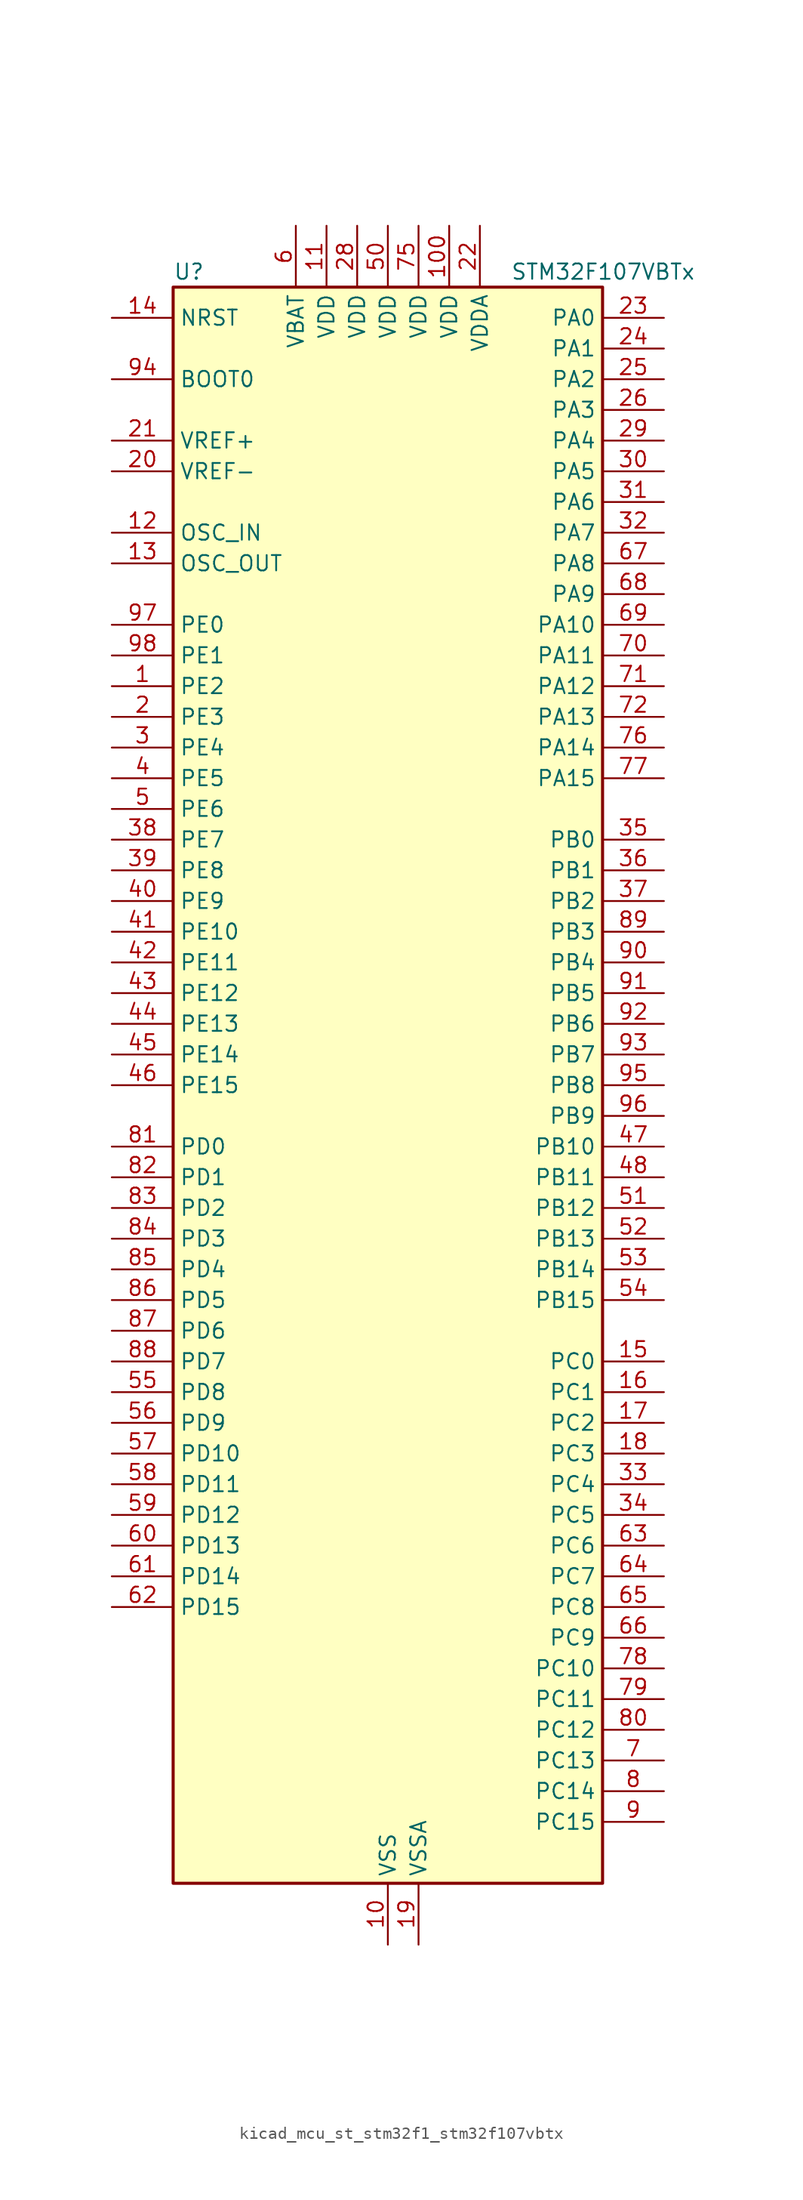
<source format=kicad_sym>
(kicad_symbol_lib
  (version 20220914)
  (generator kicad_symbol_editor)
  (symbol "kicad_mcu_st_stm32f1_stm32f107vbtx"
    (property "Reference" "U"
      (at -17.78 67.31 0)
      (effects (font (size 1.27 1.27)) (justify left)))
    (property "Value" "STM32F107VBTx"
      (at 10.16 67.31 0)
      (effects (font (size 1.27 1.27)) (justify left)))
    (property "ki_locked" ""
      (at 0 0 0)
      (effects (font (size 1.27 1.27))))
    (symbol "kicad_mcu_st_stm32f1_stm32f107vbtx_0_1"
      (rectangle (start -17.78 -66.04) (end 17.78 66.04) (stroke (width 0.254) (type default)) (fill (type background))))
    (symbol "kicad_mcu_st_stm32f1_stm32f107vbtx_1_1"
      (pin bidirectional line (at -22.86 33.02 0) (length 5.08) (name "PE2" (effects (font (size 1.27 1.27)))) (number "1" (effects (font (size 1.27 1.27)))) (alternate "SYS_TRACECLK" bidirectional line))
      (pin power_in line (at 0 -71.12 90) (length 5.08) (name "VSS" (effects (font (size 1.27 1.27)))) (number "10" (effects (font (size 1.27 1.27)))))
      (pin power_in line (at 5.08 71.12 270) (length 5.08) (name "VDD" (effects (font (size 1.27 1.27)))) (number "100" (effects (font (size 1.27 1.27)))))
      (pin power_in line (at -5.08 71.12 270) (length 5.08) (name "VDD" (effects (font (size 1.27 1.27)))) (number "11" (effects (font (size 1.27 1.27)))))
      (pin input line (at -22.86 45.72 0) (length 5.08) (name "OSC_IN" (effects (font (size 1.27 1.27)))) (number "12" (effects (font (size 1.27 1.27)))) (alternate "RCC_OSC_IN" bidirectional line))
      (pin input line (at -22.86 43.18 0) (length 5.08) (name "OSC_OUT" (effects (font (size 1.27 1.27)))) (number "13" (effects (font (size 1.27 1.27)))) (alternate "RCC_OSC_OUT" bidirectional line))
      (pin input line (at -22.86 63.5 0) (length 5.08) (name "NRST" (effects (font (size 1.27 1.27)))) (number "14" (effects (font (size 1.27 1.27)))))
      (pin bidirectional line (at 22.86 -22.86 180) (length 5.08) (name "PC0" (effects (font (size 1.27 1.27)))) (number "15" (effects (font (size 1.27 1.27)))) (alternate "ADC1_IN10" bidirectional line) (alternate "ADC2_IN10" bidirectional line))
      (pin bidirectional line (at 22.86 -25.4 180) (length 5.08) (name "PC1" (effects (font (size 1.27 1.27)))) (number "16" (effects (font (size 1.27 1.27)))) (alternate "ADC1_IN11" bidirectional line) (alternate "ADC2_IN11" bidirectional line) (alternate "ETH_MDC" bidirectional line))
      (pin bidirectional line (at 22.86 -27.94 180) (length 5.08) (name "PC2" (effects (font (size 1.27 1.27)))) (number "17" (effects (font (size 1.27 1.27)))) (alternate "ADC1_IN12" bidirectional line) (alternate "ADC2_IN12" bidirectional line) (alternate "ETH_TXD2" bidirectional line))
      (pin bidirectional line (at 22.86 -30.48 180) (length 5.08) (name "PC3" (effects (font (size 1.27 1.27)))) (number "18" (effects (font (size 1.27 1.27)))) (alternate "ADC1_IN13" bidirectional line) (alternate "ADC2_IN13" bidirectional line) (alternate "ETH_TX_CLK" bidirectional line))
      (pin power_in line (at 2.54 -71.12 90) (length 5.08) (name "VSSA" (effects (font (size 1.27 1.27)))) (number "19" (effects (font (size 1.27 1.27)))))
      (pin bidirectional line (at -22.86 30.48 0) (length 5.08) (name "PE3" (effects (font (size 1.27 1.27)))) (number "2" (effects (font (size 1.27 1.27)))) (alternate "SYS_TRACED0" bidirectional line))
      (pin input line (at -22.86 50.8 0) (length 5.08) (name "VREF-" (effects (font (size 1.27 1.27)))) (number "20" (effects (font (size 1.27 1.27)))))
      (pin input line (at -22.86 53.34 0) (length 5.08) (name "VREF+" (effects (font (size 1.27 1.27)))) (number "21" (effects (font (size 1.27 1.27)))))
      (pin power_in line (at 7.62 71.12 270) (length 5.08) (name "VDDA" (effects (font (size 1.27 1.27)))) (number "22" (effects (font (size 1.27 1.27)))))
      (pin bidirectional line (at 22.86 63.5 180) (length 5.08) (name "PA0" (effects (font (size 1.27 1.27)))) (number "23" (effects (font (size 1.27 1.27)))) (alternate "ADC1_IN0" bidirectional line) (alternate "ADC2_IN0" bidirectional line) (alternate "ETH_CRS" bidirectional line) (alternate "SYS_WKUP" bidirectional line) (alternate "TIM2_CH1" bidirectional line) (alternate "TIM2_ETR" bidirectional line) (alternate "TIM5_CH1" bidirectional line) (alternate "USART2_CTS" bidirectional line))
      (pin bidirectional line (at 22.86 60.96 180) (length 5.08) (name "PA1" (effects (font (size 1.27 1.27)))) (number "24" (effects (font (size 1.27 1.27)))) (alternate "ADC1_IN1" bidirectional line) (alternate "ADC2_IN1" bidirectional line) (alternate "ETH_REF_CLK" bidirectional line) (alternate "ETH_RX_CLK" bidirectional line) (alternate "TIM2_CH2" bidirectional line) (alternate "TIM5_CH2" bidirectional line) (alternate "USART2_RTS" bidirectional line))
      (pin bidirectional line (at 22.86 58.42 180) (length 5.08) (name "PA2" (effects (font (size 1.27 1.27)))) (number "25" (effects (font (size 1.27 1.27)))) (alternate "ADC1_IN2" bidirectional line) (alternate "ADC2_IN2" bidirectional line) (alternate "ETH_MDIO" bidirectional line) (alternate "TIM2_CH3" bidirectional line) (alternate "TIM5_CH3" bidirectional line) (alternate "USART2_TX" bidirectional line))
      (pin bidirectional line (at 22.86 55.88 180) (length 5.08) (name "PA3" (effects (font (size 1.27 1.27)))) (number "26" (effects (font (size 1.27 1.27)))) (alternate "ADC1_IN3" bidirectional line) (alternate "ADC2_IN3" bidirectional line) (alternate "ETH_COL" bidirectional line) (alternate "TIM2_CH4" bidirectional line) (alternate "TIM5_CH4" bidirectional line) (alternate "USART2_RX" bidirectional line))
      (pin passive line (at 0 -71.12 90) (length 5.08) hide (name "VSS" (effects (font (size 1.27 1.27)))) (number "27" (effects (font (size 1.27 1.27)))))
      (pin power_in line (at -2.54 71.12 270) (length 5.08) (name "VDD" (effects (font (size 1.27 1.27)))) (number "28" (effects (font (size 1.27 1.27)))))
      (pin bidirectional line (at 22.86 53.34 180) (length 5.08) (name "PA4" (effects (font (size 1.27 1.27)))) (number "29" (effects (font (size 1.27 1.27)))) (alternate "ADC1_IN4" bidirectional line) (alternate "ADC2_IN4" bidirectional line) (alternate "DAC_OUT1" bidirectional line) (alternate "I2S3_WS" bidirectional line) (alternate "SPI1_NSS" bidirectional line) (alternate "SPI3_NSS" bidirectional line) (alternate "USART2_CK" bidirectional line))
      (pin bidirectional line (at -22.86 27.94 0) (length 5.08) (name "PE4" (effects (font (size 1.27 1.27)))) (number "3" (effects (font (size 1.27 1.27)))) (alternate "SYS_TRACED1" bidirectional line))
      (pin bidirectional line (at 22.86 50.8 180) (length 5.08) (name "PA5" (effects (font (size 1.27 1.27)))) (number "30" (effects (font (size 1.27 1.27)))) (alternate "ADC1_IN5" bidirectional line) (alternate "ADC2_IN5" bidirectional line) (alternate "DAC_OUT2" bidirectional line) (alternate "SPI1_SCK" bidirectional line))
      (pin bidirectional line (at 22.86 48.26 180) (length 5.08) (name "PA6" (effects (font (size 1.27 1.27)))) (number "31" (effects (font (size 1.27 1.27)))) (alternate "ADC1_IN6" bidirectional line) (alternate "ADC2_IN6" bidirectional line) (alternate "SPI1_MISO" bidirectional line) (alternate "TIM1_BKIN" bidirectional line) (alternate "TIM3_CH1" bidirectional line))
      (pin bidirectional line (at 22.86 45.72 180) (length 5.08) (name "PA7" (effects (font (size 1.27 1.27)))) (number "32" (effects (font (size 1.27 1.27)))) (alternate "ADC1_IN7" bidirectional line) (alternate "ADC2_IN7" bidirectional line) (alternate "ETH_CRS_DV" bidirectional line) (alternate "ETH_RX_DV" bidirectional line) (alternate "SPI1_MOSI" bidirectional line) (alternate "TIM1_CH1N" bidirectional line) (alternate "TIM3_CH2" bidirectional line))
      (pin bidirectional line (at 22.86 -33.02 180) (length 5.08) (name "PC4" (effects (font (size 1.27 1.27)))) (number "33" (effects (font (size 1.27 1.27)))) (alternate "ADC1_IN14" bidirectional line) (alternate "ADC2_IN14" bidirectional line) (alternate "ETH_RXD0" bidirectional line))
      (pin bidirectional line (at 22.86 -35.56 180) (length 5.08) (name "PC5" (effects (font (size 1.27 1.27)))) (number "34" (effects (font (size 1.27 1.27)))) (alternate "ADC1_IN15" bidirectional line) (alternate "ADC2_IN15" bidirectional line) (alternate "ETH_RXD1" bidirectional line))
      (pin bidirectional line (at 22.86 20.32 180) (length 5.08) (name "PB0" (effects (font (size 1.27 1.27)))) (number "35" (effects (font (size 1.27 1.27)))) (alternate "ADC1_IN8" bidirectional line) (alternate "ADC2_IN8" bidirectional line) (alternate "ETH_RXD2" bidirectional line) (alternate "TIM1_CH2N" bidirectional line) (alternate "TIM3_CH3" bidirectional line))
      (pin bidirectional line (at 22.86 17.78 180) (length 5.08) (name "PB1" (effects (font (size 1.27 1.27)))) (number "36" (effects (font (size 1.27 1.27)))) (alternate "ADC1_IN9" bidirectional line) (alternate "ADC2_IN9" bidirectional line) (alternate "ETH_RXD3" bidirectional line) (alternate "TIM1_CH3N" bidirectional line) (alternate "TIM3_CH4" bidirectional line))
      (pin bidirectional line (at 22.86 15.24 180) (length 5.08) (name "PB2" (effects (font (size 1.27 1.27)))) (number "37" (effects (font (size 1.27 1.27)))))
      (pin bidirectional line (at -22.86 20.32 0) (length 5.08) (name "PE7" (effects (font (size 1.27 1.27)))) (number "38" (effects (font (size 1.27 1.27)))) (alternate "TIM1_ETR" bidirectional line))
      (pin bidirectional line (at -22.86 17.78 0) (length 5.08) (name "PE8" (effects (font (size 1.27 1.27)))) (number "39" (effects (font (size 1.27 1.27)))) (alternate "TIM1_CH1N" bidirectional line))
      (pin bidirectional line (at -22.86 25.4 0) (length 5.08) (name "PE5" (effects (font (size 1.27 1.27)))) (number "4" (effects (font (size 1.27 1.27)))) (alternate "SYS_TRACED2" bidirectional line))
      (pin bidirectional line (at -22.86 15.24 0) (length 5.08) (name "PE9" (effects (font (size 1.27 1.27)))) (number "40" (effects (font (size 1.27 1.27)))) (alternate "DAC_EXTI9" bidirectional line) (alternate "TIM1_CH1" bidirectional line))
      (pin bidirectional line (at -22.86 12.7 0) (length 5.08) (name "PE10" (effects (font (size 1.27 1.27)))) (number "41" (effects (font (size 1.27 1.27)))) (alternate "TIM1_CH2N" bidirectional line))
      (pin bidirectional line (at -22.86 10.16 0) (length 5.08) (name "PE11" (effects (font (size 1.27 1.27)))) (number "42" (effects (font (size 1.27 1.27)))) (alternate "ADC1_EXTI11" bidirectional line) (alternate "ADC2_EXTI11" bidirectional line) (alternate "TIM1_CH2" bidirectional line))
      (pin bidirectional line (at -22.86 7.62 0) (length 5.08) (name "PE12" (effects (font (size 1.27 1.27)))) (number "43" (effects (font (size 1.27 1.27)))) (alternate "TIM1_CH3N" bidirectional line))
      (pin bidirectional line (at -22.86 5.08 0) (length 5.08) (name "PE13" (effects (font (size 1.27 1.27)))) (number "44" (effects (font (size 1.27 1.27)))) (alternate "TIM1_CH3" bidirectional line))
      (pin bidirectional line (at -22.86 2.54 0) (length 5.08) (name "PE14" (effects (font (size 1.27 1.27)))) (number "45" (effects (font (size 1.27 1.27)))) (alternate "TIM1_CH4" bidirectional line))
      (pin bidirectional line (at -22.86 0 0) (length 5.08) (name "PE15" (effects (font (size 1.27 1.27)))) (number "46" (effects (font (size 1.27 1.27)))) (alternate "ADC1_EXTI15" bidirectional line) (alternate "ADC2_EXTI15" bidirectional line) (alternate "TIM1_BKIN" bidirectional line))
      (pin bidirectional line (at 22.86 -5.08 180) (length 5.08) (name "PB10" (effects (font (size 1.27 1.27)))) (number "47" (effects (font (size 1.27 1.27)))) (alternate "ETH_RX_ER" bidirectional line) (alternate "TIM2_CH3" bidirectional line) (alternate "USART3_TX" bidirectional line))
      (pin bidirectional line (at 22.86 -7.62 180) (length 5.08) (name "PB11" (effects (font (size 1.27 1.27)))) (number "48" (effects (font (size 1.27 1.27)))) (alternate "ADC1_EXTI11" bidirectional line) (alternate "ADC2_EXTI11" bidirectional line) (alternate "ETH_TX_EN" bidirectional line) (alternate "TIM2_CH4" bidirectional line) (alternate "USART3_RX" bidirectional line))
      (pin passive line (at 0 -71.12 90) (length 5.08) hide (name "VSS" (effects (font (size 1.27 1.27)))) (number "49" (effects (font (size 1.27 1.27)))))
      (pin bidirectional line (at -22.86 22.86 0) (length 5.08) (name "PE6" (effects (font (size 1.27 1.27)))) (number "5" (effects (font (size 1.27 1.27)))) (alternate "SYS_TRACED3" bidirectional line))
      (pin power_in line (at 0 71.12 270) (length 5.08) (name "VDD" (effects (font (size 1.27 1.27)))) (number "50" (effects (font (size 1.27 1.27)))))
      (pin bidirectional line (at 22.86 -10.16 180) (length 5.08) (name "PB12" (effects (font (size 1.27 1.27)))) (number "51" (effects (font (size 1.27 1.27)))) (alternate "CAN2_RX" bidirectional line) (alternate "ETH_TXD0" bidirectional line) (alternate "I2S2_WS" bidirectional line) (alternate "SPI2_NSS" bidirectional line) (alternate "TIM1_BKIN" bidirectional line) (alternate "USART3_CK" bidirectional line))
      (pin bidirectional line (at 22.86 -12.7 180) (length 5.08) (name "PB13" (effects (font (size 1.27 1.27)))) (number "52" (effects (font (size 1.27 1.27)))) (alternate "CAN2_TX" bidirectional line) (alternate "ETH_TXD1" bidirectional line) (alternate "I2S2_CK" bidirectional line) (alternate "SPI2_SCK" bidirectional line) (alternate "TIM1_CH1N" bidirectional line) (alternate "USART3_CTS" bidirectional line))
      (pin bidirectional line (at 22.86 -15.24 180) (length 5.08) (name "PB14" (effects (font (size 1.27 1.27)))) (number "53" (effects (font (size 1.27 1.27)))) (alternate "SPI2_MISO" bidirectional line) (alternate "TIM1_CH2N" bidirectional line) (alternate "USART3_RTS" bidirectional line))
      (pin bidirectional line (at 22.86 -17.78 180) (length 5.08) (name "PB15" (effects (font (size 1.27 1.27)))) (number "54" (effects (font (size 1.27 1.27)))) (alternate "ADC1_EXTI15" bidirectional line) (alternate "ADC2_EXTI15" bidirectional line) (alternate "I2S2_SD" bidirectional line) (alternate "SPI2_MOSI" bidirectional line) (alternate "TIM1_CH3N" bidirectional line))
      (pin bidirectional line (at -22.86 -25.4 0) (length 5.08) (name "PD8" (effects (font (size 1.27 1.27)))) (number "55" (effects (font (size 1.27 1.27)))) (alternate "ETH_CRS_DV" bidirectional line) (alternate "ETH_RX_DV" bidirectional line) (alternate "USART3_TX" bidirectional line))
      (pin bidirectional line (at -22.86 -27.94 0) (length 5.08) (name "PD9" (effects (font (size 1.27 1.27)))) (number "56" (effects (font (size 1.27 1.27)))) (alternate "DAC_EXTI9" bidirectional line) (alternate "ETH_RXD0" bidirectional line) (alternate "USART3_RX" bidirectional line))
      (pin bidirectional line (at -22.86 -30.48 0) (length 5.08) (name "PD10" (effects (font (size 1.27 1.27)))) (number "57" (effects (font (size 1.27 1.27)))) (alternate "ETH_RXD1" bidirectional line) (alternate "USART3_CK" bidirectional line))
      (pin bidirectional line (at -22.86 -33.02 0) (length 5.08) (name "PD11" (effects (font (size 1.27 1.27)))) (number "58" (effects (font (size 1.27 1.27)))) (alternate "ADC1_EXTI11" bidirectional line) (alternate "ADC2_EXTI11" bidirectional line) (alternate "ETH_RXD2" bidirectional line) (alternate "USART3_CTS" bidirectional line))
      (pin bidirectional line (at -22.86 -35.56 0) (length 5.08) (name "PD12" (effects (font (size 1.27 1.27)))) (number "59" (effects (font (size 1.27 1.27)))) (alternate "ETH_RXD3" bidirectional line) (alternate "TIM4_CH1" bidirectional line) (alternate "USART3_RTS" bidirectional line))
      (pin power_in line (at -7.62 71.12 270) (length 5.08) (name "VBAT" (effects (font (size 1.27 1.27)))) (number "6" (effects (font (size 1.27 1.27)))))
      (pin bidirectional line (at -22.86 -38.1 0) (length 5.08) (name "PD13" (effects (font (size 1.27 1.27)))) (number "60" (effects (font (size 1.27 1.27)))) (alternate "TIM4_CH2" bidirectional line))
      (pin bidirectional line (at -22.86 -40.64 0) (length 5.08) (name "PD14" (effects (font (size 1.27 1.27)))) (number "61" (effects (font (size 1.27 1.27)))) (alternate "TIM4_CH3" bidirectional line))
      (pin bidirectional line (at -22.86 -43.18 0) (length 5.08) (name "PD15" (effects (font (size 1.27 1.27)))) (number "62" (effects (font (size 1.27 1.27)))) (alternate "ADC1_EXTI15" bidirectional line) (alternate "ADC2_EXTI15" bidirectional line) (alternate "TIM4_CH4" bidirectional line))
      (pin bidirectional line (at 22.86 -38.1 180) (length 5.08) (name "PC6" (effects (font (size 1.27 1.27)))) (number "63" (effects (font (size 1.27 1.27)))) (alternate "I2S2_MCK" bidirectional line) (alternate "TIM3_CH1" bidirectional line))
      (pin bidirectional line (at 22.86 -40.64 180) (length 5.08) (name "PC7" (effects (font (size 1.27 1.27)))) (number "64" (effects (font (size 1.27 1.27)))) (alternate "I2S3_MCK" bidirectional line) (alternate "TIM3_CH2" bidirectional line))
      (pin bidirectional line (at 22.86 -43.18 180) (length 5.08) (name "PC8" (effects (font (size 1.27 1.27)))) (number "65" (effects (font (size 1.27 1.27)))) (alternate "TIM3_CH3" bidirectional line))
      (pin bidirectional line (at 22.86 -45.72 180) (length 5.08) (name "PC9" (effects (font (size 1.27 1.27)))) (number "66" (effects (font (size 1.27 1.27)))) (alternate "DAC_EXTI9" bidirectional line) (alternate "TIM3_CH4" bidirectional line))
      (pin bidirectional line (at 22.86 43.18 180) (length 5.08) (name "PA8" (effects (font (size 1.27 1.27)))) (number "67" (effects (font (size 1.27 1.27)))) (alternate "RCC_MCO" bidirectional line) (alternate "TIM1_CH1" bidirectional line) (alternate "USART1_CK" bidirectional line) (alternate "USB_OTG_FS_SOF" bidirectional line))
      (pin bidirectional line (at 22.86 40.64 180) (length 5.08) (name "PA9" (effects (font (size 1.27 1.27)))) (number "68" (effects (font (size 1.27 1.27)))) (alternate "DAC_EXTI9" bidirectional line) (alternate "TIM1_CH2" bidirectional line) (alternate "USART1_TX" bidirectional line) (alternate "USB_OTG_FS_VBUS" bidirectional line))
      (pin bidirectional line (at 22.86 38.1 180) (length 5.08) (name "PA10" (effects (font (size 1.27 1.27)))) (number "69" (effects (font (size 1.27 1.27)))) (alternate "TIM1_CH3" bidirectional line) (alternate "USART1_RX" bidirectional line) (alternate "USB_OTG_FS_ID" bidirectional line))
      (pin bidirectional line (at 22.86 -55.88 180) (length 5.08) (name "PC13" (effects (font (size 1.27 1.27)))) (number "7" (effects (font (size 1.27 1.27)))) (alternate "RTC_OUT" bidirectional line) (alternate "RTC_TAMPER" bidirectional line))
      (pin bidirectional line (at 22.86 35.56 180) (length 5.08) (name "PA11" (effects (font (size 1.27 1.27)))) (number "70" (effects (font (size 1.27 1.27)))) (alternate "ADC1_EXTI11" bidirectional line) (alternate "ADC2_EXTI11" bidirectional line) (alternate "CAN1_RX" bidirectional line) (alternate "TIM1_CH4" bidirectional line) (alternate "USART1_CTS" bidirectional line) (alternate "USB_OTG_FS_DM" bidirectional line))
      (pin bidirectional line (at 22.86 33.02 180) (length 5.08) (name "PA12" (effects (font (size 1.27 1.27)))) (number "71" (effects (font (size 1.27 1.27)))) (alternate "CAN1_TX" bidirectional line) (alternate "TIM1_ETR" bidirectional line) (alternate "USART1_RTS" bidirectional line) (alternate "USB_OTG_FS_DP" bidirectional line))
      (pin bidirectional line (at 22.86 30.48 180) (length 5.08) (name "PA13" (effects (font (size 1.27 1.27)))) (number "72" (effects (font (size 1.27 1.27)))) (alternate "SYS_JTMS-SWDIO" bidirectional line))
      (pin no_connect line (at -17.78 -66.04 0) (length 5.08) hide (name "NC" (effects (font (size 1.27 1.27)))) (number "73" (effects (font (size 1.27 1.27)))))
      (pin passive line (at 0 -71.12 90) (length 5.08) hide (name "VSS" (effects (font (size 1.27 1.27)))) (number "74" (effects (font (size 1.27 1.27)))))
      (pin power_in line (at 2.54 71.12 270) (length 5.08) (name "VDD" (effects (font (size 1.27 1.27)))) (number "75" (effects (font (size 1.27 1.27)))))
      (pin bidirectional line (at 22.86 27.94 180) (length 5.08) (name "PA14" (effects (font (size 1.27 1.27)))) (number "76" (effects (font (size 1.27 1.27)))) (alternate "SYS_JTCK-SWCLK" bidirectional line))
      (pin bidirectional line (at 22.86 25.4 180) (length 5.08) (name "PA15" (effects (font (size 1.27 1.27)))) (number "77" (effects (font (size 1.27 1.27)))) (alternate "ADC1_EXTI15" bidirectional line) (alternate "ADC2_EXTI15" bidirectional line) (alternate "I2S3_WS" bidirectional line) (alternate "SPI1_NSS" bidirectional line) (alternate "SPI3_NSS" bidirectional line) (alternate "SYS_JTDI" bidirectional line) (alternate "TIM2_CH1" bidirectional line) (alternate "TIM2_ETR" bidirectional line))
      (pin bidirectional line (at 22.86 -48.26 180) (length 5.08) (name "PC10" (effects (font (size 1.27 1.27)))) (number "78" (effects (font (size 1.27 1.27)))) (alternate "I2S3_CK" bidirectional line) (alternate "SPI3_SCK" bidirectional line) (alternate "UART4_TX" bidirectional line) (alternate "USART3_TX" bidirectional line))
      (pin bidirectional line (at 22.86 -50.8 180) (length 5.08) (name "PC11" (effects (font (size 1.27 1.27)))) (number "79" (effects (font (size 1.27 1.27)))) (alternate "ADC1_EXTI11" bidirectional line) (alternate "ADC2_EXTI11" bidirectional line) (alternate "SPI3_MISO" bidirectional line) (alternate "UART4_RX" bidirectional line) (alternate "USART3_RX" bidirectional line))
      (pin bidirectional line (at 22.86 -58.42 180) (length 5.08) (name "PC14" (effects (font (size 1.27 1.27)))) (number "8" (effects (font (size 1.27 1.27)))) (alternate "RCC_OSC32_IN" bidirectional line))
      (pin bidirectional line (at 22.86 -53.34 180) (length 5.08) (name "PC12" (effects (font (size 1.27 1.27)))) (number "80" (effects (font (size 1.27 1.27)))) (alternate "I2S3_SD" bidirectional line) (alternate "SPI3_MOSI" bidirectional line) (alternate "UART5_TX" bidirectional line) (alternate "USART3_CK" bidirectional line))
      (pin bidirectional line (at -22.86 -5.08 0) (length 5.08) (name "PD0" (effects (font (size 1.27 1.27)))) (number "81" (effects (font (size 1.27 1.27)))) (alternate "CAN1_RX" bidirectional line))
      (pin bidirectional line (at -22.86 -7.62 0) (length 5.08) (name "PD1" (effects (font (size 1.27 1.27)))) (number "82" (effects (font (size 1.27 1.27)))) (alternate "CAN1_TX" bidirectional line))
      (pin bidirectional line (at -22.86 -10.16 0) (length 5.08) (name "PD2" (effects (font (size 1.27 1.27)))) (number "83" (effects (font (size 1.27 1.27)))) (alternate "TIM3_ETR" bidirectional line) (alternate "UART5_RX" bidirectional line))
      (pin bidirectional line (at -22.86 -12.7 0) (length 5.08) (name "PD3" (effects (font (size 1.27 1.27)))) (number "84" (effects (font (size 1.27 1.27)))) (alternate "USART2_CTS" bidirectional line))
      (pin bidirectional line (at -22.86 -15.24 0) (length 5.08) (name "PD4" (effects (font (size 1.27 1.27)))) (number "85" (effects (font (size 1.27 1.27)))) (alternate "USART2_RTS" bidirectional line))
      (pin bidirectional line (at -22.86 -17.78 0) (length 5.08) (name "PD5" (effects (font (size 1.27 1.27)))) (number "86" (effects (font (size 1.27 1.27)))) (alternate "USART2_TX" bidirectional line))
      (pin bidirectional line (at -22.86 -20.32 0) (length 5.08) (name "PD6" (effects (font (size 1.27 1.27)))) (number "87" (effects (font (size 1.27 1.27)))) (alternate "USART2_RX" bidirectional line))
      (pin bidirectional line (at -22.86 -22.86 0) (length 5.08) (name "PD7" (effects (font (size 1.27 1.27)))) (number "88" (effects (font (size 1.27 1.27)))) (alternate "USART2_CK" bidirectional line))
      (pin bidirectional line (at 22.86 12.7 180) (length 5.08) (name "PB3" (effects (font (size 1.27 1.27)))) (number "89" (effects (font (size 1.27 1.27)))) (alternate "I2S3_CK" bidirectional line) (alternate "SPI1_SCK" bidirectional line) (alternate "SPI3_SCK" bidirectional line) (alternate "SYS_JTDO" bidirectional line) (alternate "SYS_TRACESWO" bidirectional line) (alternate "TIM2_CH2" bidirectional line))
      (pin bidirectional line (at 22.86 -60.96 180) (length 5.08) (name "PC15" (effects (font (size 1.27 1.27)))) (number "9" (effects (font (size 1.27 1.27)))) (alternate "ADC1_EXTI15" bidirectional line) (alternate "ADC2_EXTI15" bidirectional line) (alternate "RCC_OSC32_OUT" bidirectional line))
      (pin bidirectional line (at 22.86 10.16 180) (length 5.08) (name "PB4" (effects (font (size 1.27 1.27)))) (number "90" (effects (font (size 1.27 1.27)))) (alternate "SPI1_MISO" bidirectional line) (alternate "SPI3_MISO" bidirectional line) (alternate "SYS_NJTRST" bidirectional line) (alternate "TIM3_CH1" bidirectional line))
      (pin bidirectional line (at 22.86 7.62 180) (length 5.08) (name "PB5" (effects (font (size 1.27 1.27)))) (number "91" (effects (font (size 1.27 1.27)))) (alternate "CAN2_RX" bidirectional line) (alternate "ETH_PPS_OUT" bidirectional line) (alternate "I2C1_SMBA" bidirectional line) (alternate "I2S3_SD" bidirectional line) (alternate "SPI1_MOSI" bidirectional line) (alternate "SPI3_MOSI" bidirectional line) (alternate "TIM3_CH2" bidirectional line))
      (pin bidirectional line (at 22.86 5.08 180) (length 5.08) (name "PB6" (effects (font (size 1.27 1.27)))) (number "92" (effects (font (size 1.27 1.27)))) (alternate "CAN2_TX" bidirectional line) (alternate "I2C1_SCL" bidirectional line) (alternate "TIM4_CH1" bidirectional line) (alternate "USART1_TX" bidirectional line))
      (pin bidirectional line (at 22.86 2.54 180) (length 5.08) (name "PB7" (effects (font (size 1.27 1.27)))) (number "93" (effects (font (size 1.27 1.27)))) (alternate "I2C1_SDA" bidirectional line) (alternate "TIM4_CH2" bidirectional line) (alternate "USART1_RX" bidirectional line))
      (pin input line (at -22.86 58.42 0) (length 5.08) (name "BOOT0" (effects (font (size 1.27 1.27)))) (number "94" (effects (font (size 1.27 1.27)))))
      (pin bidirectional line (at 22.86 0 180) (length 5.08) (name "PB8" (effects (font (size 1.27 1.27)))) (number "95" (effects (font (size 1.27 1.27)))) (alternate "CAN1_RX" bidirectional line) (alternate "ETH_TXD3" bidirectional line) (alternate "I2C1_SCL" bidirectional line) (alternate "TIM4_CH3" bidirectional line))
      (pin bidirectional line (at 22.86 -2.54 180) (length 5.08) (name "PB9" (effects (font (size 1.27 1.27)))) (number "96" (effects (font (size 1.27 1.27)))) (alternate "CAN1_TX" bidirectional line) (alternate "DAC_EXTI9" bidirectional line) (alternate "I2C1_SDA" bidirectional line) (alternate "TIM4_CH4" bidirectional line))
      (pin bidirectional line (at -22.86 38.1 0) (length 5.08) (name "PE0" (effects (font (size 1.27 1.27)))) (number "97" (effects (font (size 1.27 1.27)))) (alternate "TIM4_ETR" bidirectional line))
      (pin bidirectional line (at -22.86 35.56 0) (length 5.08) (name "PE1" (effects (font (size 1.27 1.27)))) (number "98" (effects (font (size 1.27 1.27)))))
      (pin passive line (at 0 -71.12 90) (length 5.08) hide (name "VSS" (effects (font (size 1.27 1.27)))) (number "99" (effects (font (size 1.27 1.27))))))))
</source>
